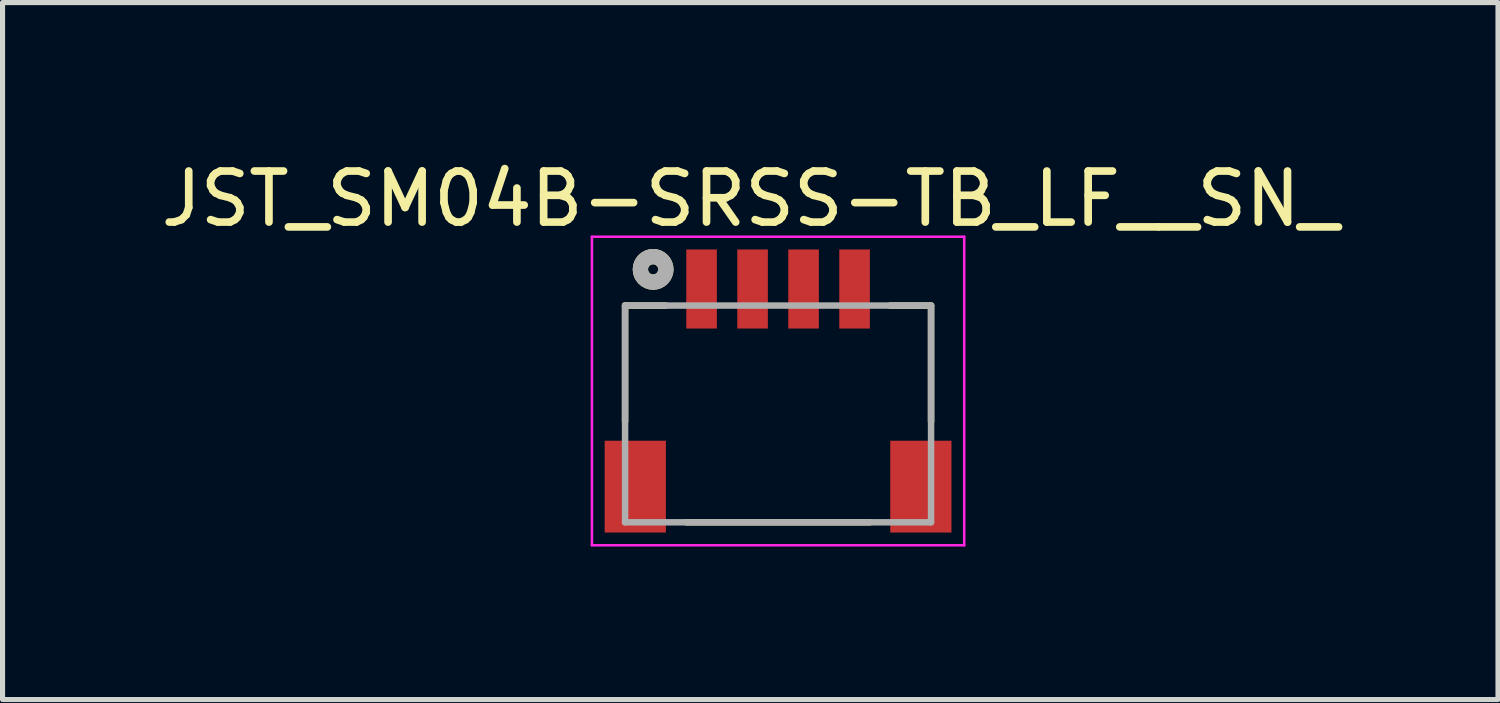
<source format=kicad_pcb>
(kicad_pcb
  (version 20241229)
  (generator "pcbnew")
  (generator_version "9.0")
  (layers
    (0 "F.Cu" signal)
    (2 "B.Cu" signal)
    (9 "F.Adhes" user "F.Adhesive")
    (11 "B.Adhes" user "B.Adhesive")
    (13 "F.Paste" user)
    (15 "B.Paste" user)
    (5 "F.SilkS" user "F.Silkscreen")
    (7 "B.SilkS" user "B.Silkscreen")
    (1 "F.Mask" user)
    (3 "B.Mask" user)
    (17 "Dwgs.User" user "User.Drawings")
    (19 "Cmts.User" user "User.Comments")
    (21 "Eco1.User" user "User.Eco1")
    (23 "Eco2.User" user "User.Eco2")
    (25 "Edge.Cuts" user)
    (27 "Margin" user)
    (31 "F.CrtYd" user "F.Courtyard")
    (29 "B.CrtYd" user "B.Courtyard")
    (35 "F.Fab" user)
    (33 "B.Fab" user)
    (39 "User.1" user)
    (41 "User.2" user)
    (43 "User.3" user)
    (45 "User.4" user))
  (footprint "JST_SM04B-SRSS-TB_LF__SN_"
    (layer "F.Cu")
    (at 12.207 2.617)
    (property "Reference" "JST_SM04B-SRSS-TB_LF__SN_" (at -0.545 -1.768 0) (layer "F.SilkS") (effects (font (size 1.001 1.001) (thickness 0.15))))
    (attr smd)
    (fp_line (start -3 0.325) (end -3 2.6) (stroke (width 0.127) (type solid)) (layer "F.SilkS"))
    (fp_line (start -2.2 0.325) (end -3 0.325) (stroke (width 0.127) (type solid)) (layer "F.SilkS"))
    (fp_line (start -1.8 4.575) (end 1.8 4.575) (stroke (width 0.127) (type solid)) (layer "F.SilkS"))
    (fp_line (start 2.2 0.325) (end 3 0.325) (stroke (width 0.127) (type solid)) (layer "F.SilkS"))
    (fp_line (start 3 0.325) (end 3 2.6) (stroke (width 0.127) (type solid)) (layer "F.SilkS"))
    (fp_circle (center -2.45 -0.385) (end -2.35 -0.385) (stroke (width 0.3) (type solid)) (fill no) (layer "F.SilkS"))
    (fp_line (start -3.65 -1.025) (end 3.65 -1.025) (stroke (width 0.05) (type solid)) (layer "F.CrtYd"))
    (fp_line (start -3.65 5.025) (end -3.65 -1.025) (stroke (width 0.05) (type solid)) (layer "F.CrtYd"))
    (fp_line (start 3.65 -1.025) (end 3.65 5.025) (stroke (width 0.05) (type solid)) (layer "F.CrtYd"))
    (fp_line (start 3.65 5.025) (end -3.65 5.025) (stroke (width 0.05) (type solid)) (layer "F.CrtYd"))
    (fp_line (start -3 0.325) (end 3 0.325) (stroke (width 0.127) (type solid)) (layer "F.Fab"))
    (fp_line (start -3 4.575) (end -3 0.325) (stroke (width 0.127) (type solid)) (layer "F.Fab"))
    (fp_line (start 3 0.325) (end 3 4.575) (stroke (width 0.127) (type solid)) (layer "F.Fab"))
    (fp_line (start 3 4.575) (end -3 4.575) (stroke (width 0.127) (type solid)) (layer "F.Fab"))
    (fp_circle (center -2.45 -0.385) (end -2.35 -0.385) (stroke (width 0.3) (type solid)) (fill no) (layer "F.Fab"))
    (pad "1" smd rect (at -1.5 0) (size 0.6 1.55) (layers "F.Cu" "F.Mask" "F.Paste"))
    (pad "2" smd rect (at -0.5 0) (size 0.6 1.55) (layers "F.Cu" "F.Mask" "F.Paste"))
    (pad "3" smd rect (at 0.5 0) (size 0.6 1.55) (layers "F.Cu" "F.Mask" "F.Paste"))
    (pad "4" smd rect (at 1.5 0) (size 0.6 1.55) (layers "F.Cu" "F.Mask" "F.Paste"))
    (pad "S1" smd rect (at -2.8 3.875) (size 1.2 1.8) (layers "F.Cu" "F.Mask" "F.Paste"))
    (pad "S2" smd rect (at 2.8 3.875) (size 1.2 1.8) (layers "F.Cu" "F.Mask" "F.Paste")))
  (gr_rect
    (start -3 -3)
    (end 26.324 10.667)
    (stroke (width 0.1) (type default))
    (fill no)
    (layer "Edge.Cuts")))
</source>
